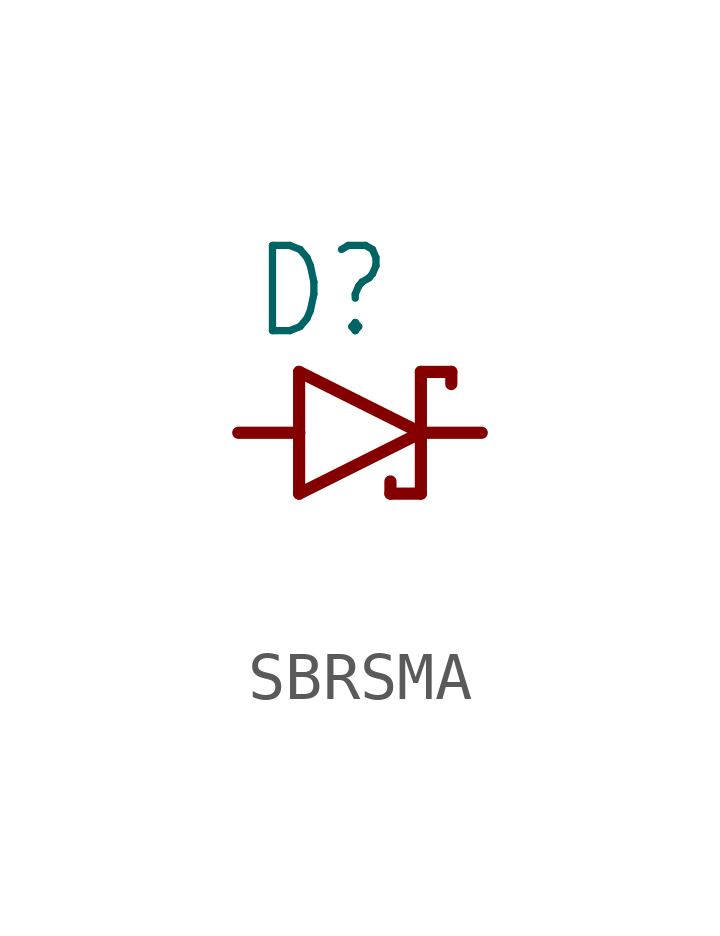
<source format=kicad_sym>
(kicad_symbol_lib
  (version 20231120)
  (generator "kicad_symbol_editor")
  (generator_version "8.0")
  (symbol "SBRSMA"
    (property "Reference" "D"
      (at -2.286 1.905 0)
      (effects (font (size 1.778 1.511)) (justify left bottom)))
    (property "Value" ""
      (at -2.286 -3.429 0)
      (effects (font (size 1.778 1.511)) (justify left bottom)))
    (property "ki_locked" ""
      (at 0 0 0)
      (effects (font (size 1.27 1.27))))
    (symbol "SBRSMA_1_0"
      (polyline (pts (xy -1.27 -1.27) (xy 1.27 0)) (stroke (width 0.254) (type solid)) (fill (type none)))
      (polyline (pts (xy -1.27 0) (xy -2.54 0)) (stroke (width 0.254) (type solid)) (fill (type none)))
      (polyline (pts (xy -1.27 0) (xy -1.27 -1.27)) (stroke (width 0.254) (type solid)) (fill (type none)))
      (polyline (pts (xy -1.27 1.27) (xy -1.27 0)) (stroke (width 0.254) (type solid)) (fill (type none)))
      (polyline (pts (xy 0.635 -1.016) (xy 0.635 -1.27)) (stroke (width 0.254) (type solid)) (fill (type none)))
      (polyline (pts (xy 1.27 -1.27) (xy 0.635 -1.27)) (stroke (width 0.254) (type solid)) (fill (type none)))
      (polyline (pts (xy 1.27 0) (xy -1.27 1.27)) (stroke (width 0.254) (type solid)) (fill (type none)))
      (polyline (pts (xy 1.27 0) (xy 1.27 -1.27)) (stroke (width 0.254) (type solid)) (fill (type none)))
      (polyline (pts (xy 1.27 0) (xy 2.54 0)) (stroke (width 0.254) (type solid)) (fill (type none)))
      (polyline (pts (xy 1.27 1.27) (xy 1.27 0)) (stroke (width 0.254) (type solid)) (fill (type none)))
      (polyline (pts (xy 1.905 1.27) (xy 1.27 1.27)) (stroke (width 0.254) (type solid)) (fill (type none)))
      (polyline (pts (xy 1.905 1.27) (xy 1.905 1.016)) (stroke (width 0.254) (type solid)) (fill (type none)))
      (pin passive line (at -2.54 0 0) (length 0) (name "A" (effects (font (size 0 0)))) (number "A" (effects (font (size 0 0)))))
      (pin passive line (at 2.54 0 180) (length 0) (name "C" (effects (font (size 0 0)))) (number "C" (effects (font (size 0 0))))))))
</source>
